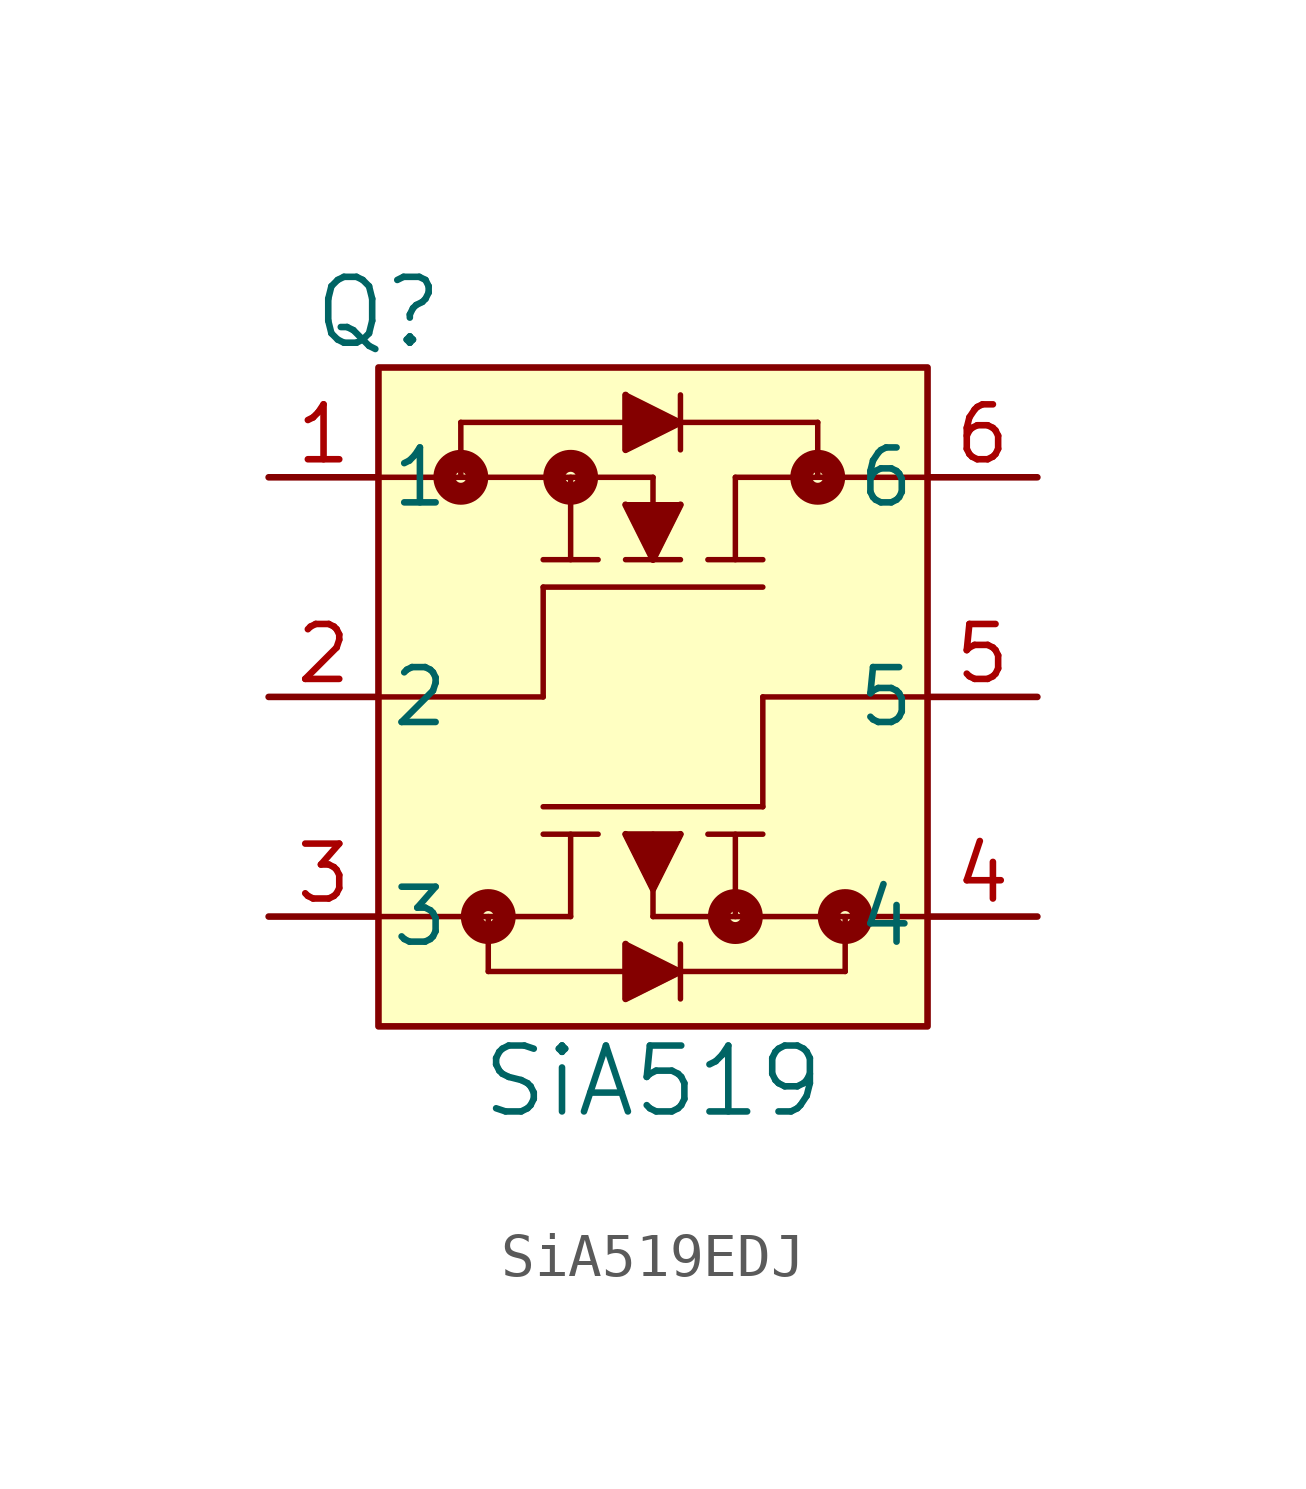
<source format=kicad_sym>
(kicad_symbol_lib
  (version 20220914)
  (generator kicad_symbol_editor)
  (symbol "SiA519EDJ"
    (pin_names
      (offset 0.254))
    (property "Reference" "Q"
      (at -6.35 8.89 0)
      (effects (font (size 1.524 1.524))))
    (property "Value" "SiA519"
      (at 0 -8.89 0)
      (effects (font (size 1.524 1.524))))
    (symbol "SiA519EDJ_0_1"
      (circle (center -4.445 5.08) (radius 0.127) (stroke (width 0.508) (type default)) (fill (type none)))
      (circle (center -3.81 -5.08) (radius 0.127) (stroke (width 0.508) (type default)) (fill (type none)))
      (circle (center -1.905 5.08) (radius 0.127) (stroke (width 0.508) (type default)) (fill (type none)))
      (polyline (pts (xy -6.35 0) (xy -2.54 0)) (stroke (width 0.127) (type default)) (fill (type none)))
      (polyline (pts (xy -6.35 5.08) (xy 0 5.08)) (stroke (width 0.127) (type default)) (fill (type none)))
      (polyline (pts (xy -4.445 5.08) (xy -4.445 6.35)) (stroke (width 0.127) (type default)) (fill (type none)))
      (polyline (pts (xy -4.445 6.35) (xy 3.81 6.35)) (stroke (width 0.127) (type default)) (fill (type none)))
      (polyline (pts (xy -3.81 -6.35) (xy -3.81 -5.08)) (stroke (width 0.127) (type default)) (fill (type none)))
      (polyline (pts (xy -2.54 0) (xy -2.54 2.54)) (stroke (width 0.127) (type default)) (fill (type none)))
      (polyline (pts (xy -2.54 2.54) (xy 2.54 2.54)) (stroke (width 0.127) (type default)) (fill (type none)))
      (polyline (pts (xy -1.905 -5.08) (xy -6.35 -5.08)) (stroke (width 0.127) (type default)) (fill (type none)))
      (polyline (pts (xy -1.905 -5.08) (xy -1.905 -3.175)) (stroke (width 0.127) (type default)) (fill (type none)))
      (polyline (pts (xy -1.905 5.08) (xy -1.905 3.175)) (stroke (width 0.127) (type default)) (fill (type none)))
      (polyline (pts (xy -1.27 -3.175) (xy -2.54 -3.175)) (stroke (width 0.127) (type default)) (fill (type none)))
      (polyline (pts (xy -1.27 3.175) (xy -2.54 3.175)) (stroke (width 0.127) (type default)) (fill (type none)))
      (polyline (pts (xy -0.635 -5.715) (xy -0.635 -6.985)) (stroke (width 0.127) (type default)) (fill (type none)))
      (polyline (pts (xy -0.635 -5.715) (xy 0.635 -6.35)) (stroke (width 0.127) (type default)) (fill (type none)))
      (polyline (pts (xy -0.635 -3.175) (xy 0.635 -3.175)) (stroke (width 0.127) (type default)) (fill (type none)))
      (polyline (pts (xy -0.635 3.175) (xy 0.635 3.175)) (stroke (width 0.127) (type default)) (fill (type none)))
      (polyline (pts (xy -0.635 4.445) (xy 0.635 4.445)) (stroke (width 0.127) (type default)) (fill (type none)))
      (polyline (pts (xy -0.635 6.985) (xy -0.635 5.715)) (stroke (width 0.127) (type default)) (fill (type none)))
      (polyline (pts (xy -0.635 6.985) (xy 0.635 6.35)) (stroke (width 0.127) (type default)) (fill (type none)))
      (polyline (pts (xy 0 -5.08) (xy 0 -3.175)) (stroke (width 0.127) (type default)) (fill (type none)))
      (polyline (pts (xy 0 -4.445) (xy -0.635 -3.175)) (stroke (width 0.127) (type default)) (fill (type none)))
      (polyline (pts (xy 0 -4.445) (xy 0.635 -3.175)) (stroke (width 0.127) (type default)) (fill (type none)))
      (polyline (pts (xy 0 3.175) (xy -0.635 4.445)) (stroke (width 0.127) (type default)) (fill (type none)))
      (polyline (pts (xy 0 3.175) (xy 0.635 4.445)) (stroke (width 0.127) (type default)) (fill (type none)))
      (polyline (pts (xy 0 5.08) (xy 0 3.175)) (stroke (width 0.127) (type default)) (fill (type none)))
      (polyline (pts (xy 0.635 -6.35) (xy -0.635 -6.985)) (stroke (width 0.127) (type default)) (fill (type none)))
      (polyline (pts (xy 0.635 -5.715) (xy 0.635 -6.985)) (stroke (width 0.127) (type default)) (fill (type none)))
      (polyline (pts (xy 0.635 -3.175) (xy -0.635 -3.175)) (stroke (width 0.127) (type default)) (fill (type none)))
      (polyline (pts (xy 0.635 6.35) (xy -0.635 5.715)) (stroke (width 0.127) (type default)) (fill (type none)))
      (polyline (pts (xy 0.635 6.985) (xy 0.635 5.715)) (stroke (width 0.127) (type default)) (fill (type none)))
      (polyline (pts (xy 1.27 -3.175) (xy 2.54 -3.175)) (stroke (width 0.127) (type default)) (fill (type none)))
      (polyline (pts (xy 1.27 3.175) (xy 2.54 3.175)) (stroke (width 0.127) (type default)) (fill (type none)))
      (polyline (pts (xy 1.905 -5.08) (xy 1.905 -3.175)) (stroke (width 0.127) (type default)) (fill (type none)))
      (polyline (pts (xy 1.905 5.08) (xy 1.905 3.175)) (stroke (width 0.127) (type default)) (fill (type none)))
      (polyline (pts (xy 1.905 5.08) (xy 6.35 5.08)) (stroke (width 0.127) (type default)) (fill (type none)))
      (polyline (pts (xy 2.54 -2.54) (xy -2.54 -2.54)) (stroke (width 0.127) (type default)) (fill (type none)))
      (polyline (pts (xy 2.54 0) (xy 2.54 -2.54)) (stroke (width 0.127) (type default)) (fill (type none)))
      (polyline (pts (xy 3.81 6.35) (xy 3.81 5.08)) (stroke (width 0.127) (type default)) (fill (type none)))
      (polyline (pts (xy 4.445 -6.35) (xy -3.81 -6.35)) (stroke (width 0.127) (type default)) (fill (type none)))
      (polyline (pts (xy 4.445 -5.08) (xy 4.445 -6.35)) (stroke (width 0.127) (type default)) (fill (type none)))
      (polyline (pts (xy 6.35 -5.08) (xy 0 -5.08)) (stroke (width 0.127) (type default)) (fill (type none)))
      (polyline (pts (xy 6.35 0) (xy 2.54 0)) (stroke (width 0.127) (type default)) (fill (type none)))
      (polyline (pts (xy -0.635 -5.715) (xy -0.635 -6.985) (xy 0.635 -6.35)) (stroke (width 0) (type default)) (fill (type outline)))
      (polyline (pts (xy -0.635 -3.175) (xy 0 -4.445) (xy 0.635 -3.175)) (stroke (width 0) (type default)) (fill (type outline)))
      (polyline (pts (xy -0.635 4.445) (xy 0 3.175) (xy 0.635 4.445)) (stroke (width 0) (type default)) (fill (type outline)))
      (polyline (pts (xy -0.635 6.985) (xy -0.635 5.715) (xy 0.635 6.35)) (stroke (width 0) (type default)) (fill (type outline)))
      (circle (center 1.905 -5.08) (radius 0.127) (stroke (width 0.508) (type default)) (fill (type none)))
      (circle (center 3.81 5.08) (radius 0.127) (stroke (width 0.508) (type default)) (fill (type none)))
      (circle (center 4.445 -5.08) (radius 0.127) (stroke (width 0.508) (type default)) (fill (type none))))
    (symbol "SiA519EDJ_1_1"
      (rectangle (start -6.35 7.62) (end 6.35 -7.62) (stroke (width 0) (type default)) (fill (type background)))
      (pin unspecified line (at -8.89 5.08 0) (length 2.54) (name "1" (effects (font (size 1.27 1.27)))) (number "1" (effects (font (size 1.27 1.27)))))
      (pin unspecified line (at -8.89 0 0) (length 2.54) (name "2" (effects (font (size 1.27 1.27)))) (number "2" (effects (font (size 1.27 1.27)))))
      (pin unspecified line (at -8.89 -5.08 0) (length 2.54) (name "3" (effects (font (size 1.27 1.27)))) (number "3" (effects (font (size 1.27 1.27)))))
      (pin unspecified line (at 8.89 -5.08 180) (length 2.54) (name "4" (effects (font (size 1.27 1.27)))) (number "4" (effects (font (size 1.27 1.27)))))
      (pin unspecified line (at 8.89 0 180) (length 2.54) (name "5" (effects (font (size 1.27 1.27)))) (number "5" (effects (font (size 1.27 1.27)))))
      (pin unspecified line (at 8.89 5.08 180) (length 2.54) (name "6" (effects (font (size 1.27 1.27)))) (number "6" (effects (font (size 1.27 1.27))))))))
</source>
